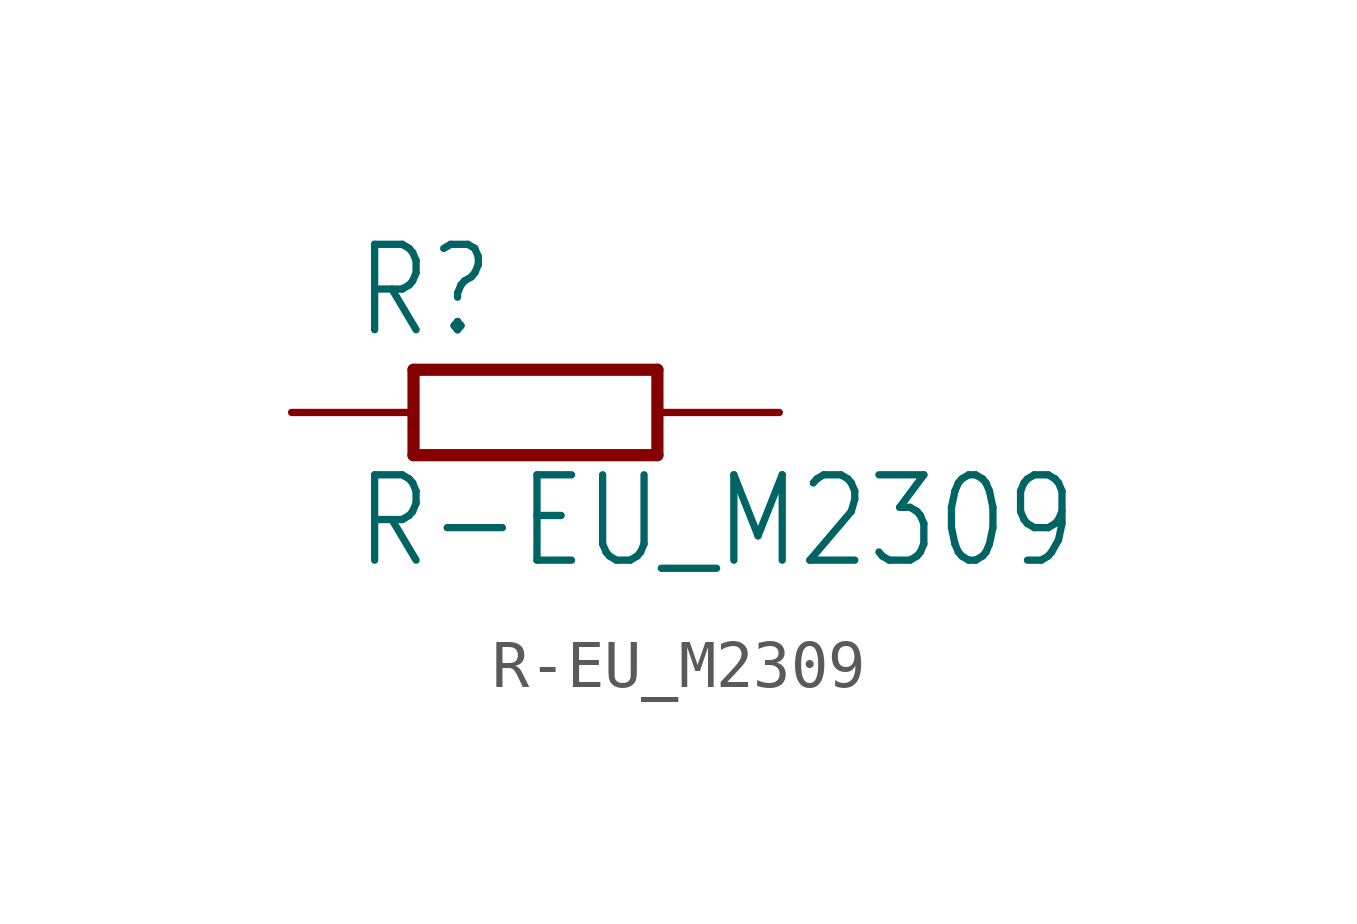
<source format=kicad_sym>
(kicad_symbol_lib
  (version 20211014)
  (generator kicad_symbol_editor)
  (symbol "R-EU_M2309"
    (property "Reference" "R"
      (at -3.81 1.499 0)
      (effects (font (size 1.778 1.511)) (justify left bottom)))
    (property "Value" "R-EU_M2309"
      (at -3.81 -3.302 0)
      (effects (font (size 1.778 1.511)) (justify left bottom)))
    (property "ki_locked" ""
      (at 0 0 0)
      (effects (font (size 1.27 1.27))))
    (symbol "R-EU_M2309_1_0"
      (polyline (pts (xy -2.54 -0.889) (xy -2.54 0.889)) (stroke (width 0.254) (type default) (color 0 0 0 0)) (fill (type none)))
      (polyline (pts (xy -2.54 -0.889) (xy 2.54 -0.889)) (stroke (width 0.254) (type default) (color 0 0 0 0)) (fill (type none)))
      (polyline (pts (xy 2.54 -0.889) (xy 2.54 0.889)) (stroke (width 0.254) (type default) (color 0 0 0 0)) (fill (type none)))
      (polyline (pts (xy 2.54 0.889) (xy -2.54 0.889)) (stroke (width 0.254) (type default) (color 0 0 0 0)) (fill (type none)))
      (pin passive line (at -5.08 0 0) (length 2.54) (name "1" (effects (font (size 0 0)))) (number "1" (effects (font (size 0 0)))))
      (pin passive line (at 5.08 0 180) (length 2.54) (name "2" (effects (font (size 0 0)))) (number "2" (effects (font (size 0 0))))))))
</source>
